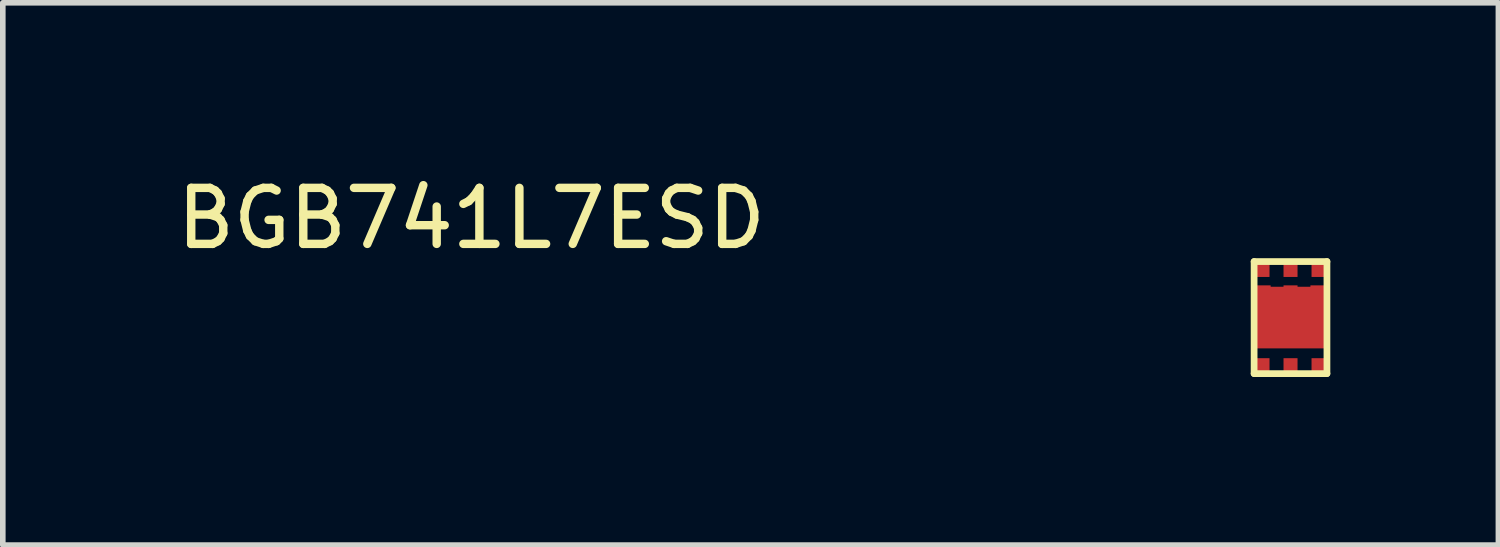
<source format=kicad_pcb>
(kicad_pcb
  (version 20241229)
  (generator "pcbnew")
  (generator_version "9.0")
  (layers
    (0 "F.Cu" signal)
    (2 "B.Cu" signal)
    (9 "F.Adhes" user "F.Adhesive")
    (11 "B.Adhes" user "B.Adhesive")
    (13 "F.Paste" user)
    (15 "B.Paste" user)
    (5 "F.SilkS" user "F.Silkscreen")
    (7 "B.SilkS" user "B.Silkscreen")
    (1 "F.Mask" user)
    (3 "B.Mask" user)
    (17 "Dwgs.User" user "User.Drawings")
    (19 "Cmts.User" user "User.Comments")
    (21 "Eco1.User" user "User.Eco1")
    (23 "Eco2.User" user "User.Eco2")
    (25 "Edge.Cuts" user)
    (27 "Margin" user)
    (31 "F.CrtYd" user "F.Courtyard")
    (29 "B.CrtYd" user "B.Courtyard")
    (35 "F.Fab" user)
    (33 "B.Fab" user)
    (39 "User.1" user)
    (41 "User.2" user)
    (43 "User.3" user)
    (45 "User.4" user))
  (footprint "BGB741L7ESD"
    (layer "F.Cu")
    (at 19.333 1.618)
    (property "Reference" "BGB741L7ESD" (at -13.97 -0.77 0) (layer "F.SilkS") (effects (font (size 1 1) (thickness 0.15))))
    (attr through_hole)
    (fp_line (start 0 0) (end 0 2) (stroke (width 0.12) (type solid)) (layer "F.SilkS"))
    (fp_line (start 0 0) (end 1.3 0) (stroke (width 0.12) (type solid)) (layer "F.SilkS"))
    (fp_line (start 0 2) (end 1.3 2) (stroke (width 0.12) (type solid)) (layer "F.SilkS"))
    (fp_line (start 1.3 0) (end 1.3 2) (stroke (width 0.12) (type solid)) (layer "F.SilkS"))
    (pad "1" smd rect (at 0.15 0.15) (size 0.25 0.25) (layers "F.Cu" "F.Mask" "F.Paste"))
    (pad "1" smd rect (at 0.65 0.15) (size 0.25 0.25) (layers "F.Cu" "F.Mask" "F.Paste"))
    (pad "1" smd rect (at 0.65 0.55) (size 0.25 0.25) (layers "F.Cu" "F.Mask" "F.Paste"))
    (pad "2" smd rect (at 0.17 0.55) (size 0.25 0.25) (layers "F.Cu" "F.Mask" "F.Paste"))
    (pad "2" smd rect (at 1.13 0.55) (size 0.25 0.25) (layers "F.Cu" "F.Mask" "F.Paste"))
    (pad "3" smd rect (at 0.65 0.95) (size 0.25 0.25) (layers "F.Cu" "F.Mask" "F.Paste"))
    (pad "3" smd rect (at 0.65 0.95) (size 0.25 0.25) (layers "F.Cu" "F.Mask" "F.Paste"))
    (pad "3" smd rect (at 1.15 0.15) (size 0.25 0.25) (layers "F.Cu" "F.Mask" "F.Paste"))
    (pad "4" smd rect (at 0.15 1.85) (size 0.25 0.25) (layers "F.Cu" "F.Mask" "F.Paste"))
    (pad "4" smd rect (at 0.17 0.95) (size 0.25 0.25) (layers "F.Cu" "F.Mask" "F.Paste"))
    (pad "4" smd rect (at 1.13 0.95) (size 0.25 0.25) (layers "F.Cu" "F.Mask" "F.Paste"))
    (pad "5" smd rect (at 0.65 1.35) (size 0.25 0.25) (layers "F.Cu" "F.Mask" "F.Paste"))
    (pad "5" smd rect (at 0.65 1.35) (size 0.25 0.25) (layers "F.Cu" "F.Mask" "F.Paste"))
    (pad "5" smd rect (at 0.65 1.85) (size 0.25 0.25) (layers "F.Cu" "F.Mask" "F.Paste"))
    (pad "6" smd rect (at 0.17 1.35) (size 0.25 0.25) (layers "F.Cu" "F.Mask" "F.Paste"))
    (pad "6" smd rect (at 1.13 1.35) (size 0.25 0.25) (layers "F.Cu" "F.Mask" "F.Paste"))
    (pad "6" smd rect (at 1.15 1.85) (size 0.25 0.25) (layers "F.Cu" "F.Mask" "F.Paste"))
    (pad "GND" smd rect (at 0.65 1) (size 1.2 1.1) (layers "F.Cu" "F.Mask" "F.Paste")))
  (gr_rect
    (start -3 -3)
    (end 23.693 6.678)
    (stroke (width 0.1) (type default))
    (fill no)
    (layer "Edge.Cuts")))
</source>
